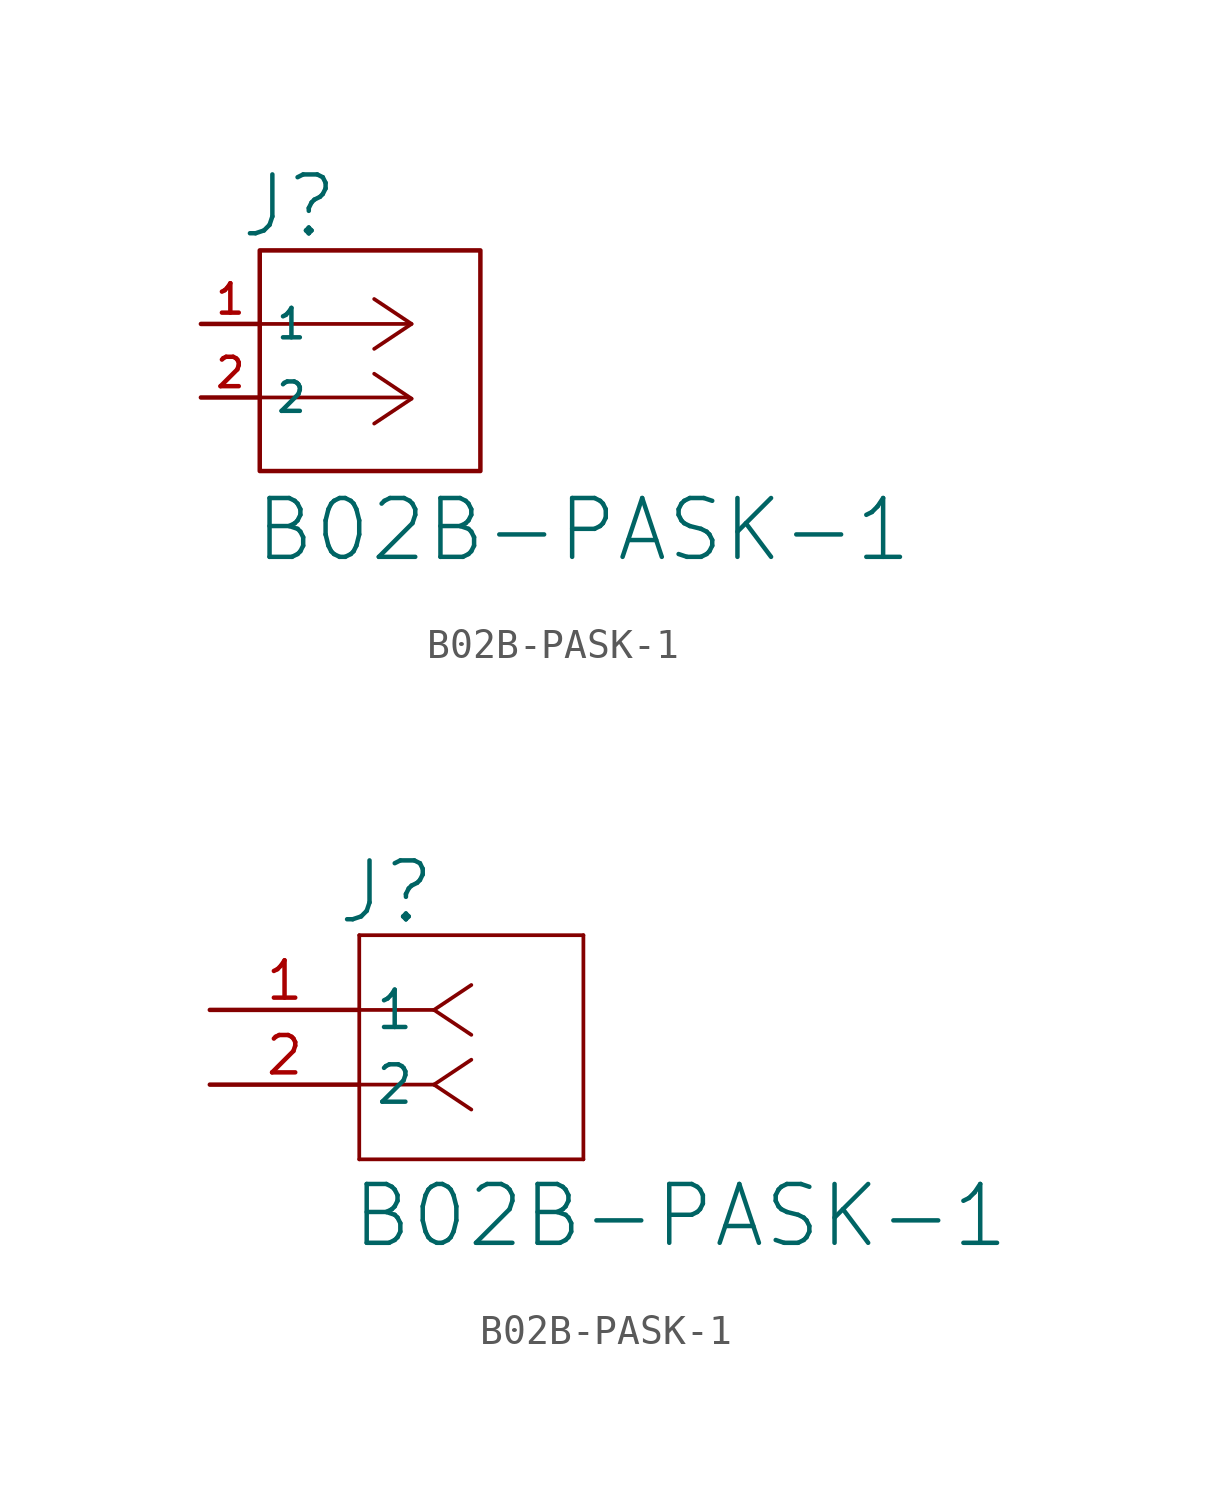
<source format=kicad_sym>
(kicad_symbol_lib
  (version 20220914)
  (generator kicad_symbol_editor)
  (symbol "B02B-PASK-1"
    (pin_names
      (offset 0.5))
    (property "Reference" "J"
      (at 3 4 0)
      (effects (font (size 2 2))))
    (property "Value" "B02B-PASK-1"
      (at 13 -7 0)
      (effects (font (size 2 2))))
    (symbol "B02B-PASK-1_1_1"
      (polyline (pts (xy 7 -2.5) (xy 2 -2.5)) (stroke (width 0.127) (type default)) (fill (type none)))
      (polyline (pts (xy 7 0) (xy 2.08 0)) (stroke (width 0.127) (type default)) (fill (type none)))
      (polyline (pts (xy 7.16 -2.54) (xy 5.89 -3.387)) (stroke (width 0.127) (type default)) (fill (type none)))
      (polyline (pts (xy 7.16 -2.54) (xy 5.89 -1.693)) (stroke (width 0.127) (type default)) (fill (type none)))
      (polyline (pts (xy 7.16 0) (xy 5.89 -0.847)) (stroke (width 0.127) (type default)) (fill (type none)))
      (polyline (pts (xy 7.16 0) (xy 5.89 0.847)) (stroke (width 0.127) (type default)) (fill (type none)))
      (rectangle (start 2 2.5) (end 9.5 -5) (stroke (width 0) (type default)) (fill (type none)))
      (pin unspecified line (at 0 0 0) (length 2) (name "1" (effects (font (size 1 1)))) (number "1" (effects (font (size 1 1)))))
      (pin unspecified line (at 0 -2.5 0) (length 2) (name "2" (effects (font (size 1 1)))) (number "2" (effects (font (size 1 1))))))
    (symbol "B02B-PASK-1_1_2"
      (polyline (pts (xy 2.08 -5.08) (xy 9.7 -5.08)) (stroke (width 0.127) (type default)) (fill (type none)))
      (polyline (pts (xy 2.08 2.54) (xy 2.08 -5.08)) (stroke (width 0.127) (type default)) (fill (type none)))
      (polyline (pts (xy 4.62 -2.54) (xy 2.08 -2.54)) (stroke (width 0.127) (type default)) (fill (type none)))
      (polyline (pts (xy 4.62 -2.54) (xy 5.89 -3.387)) (stroke (width 0.127) (type default)) (fill (type none)))
      (polyline (pts (xy 4.62 -2.54) (xy 5.89 -1.693)) (stroke (width 0.127) (type default)) (fill (type none)))
      (polyline (pts (xy 4.62 0) (xy 2.08 0)) (stroke (width 0.127) (type default)) (fill (type none)))
      (polyline (pts (xy 4.62 0) (xy 5.89 -0.847)) (stroke (width 0.127) (type default)) (fill (type none)))
      (polyline (pts (xy 4.62 0) (xy 5.89 0.847)) (stroke (width 0.127) (type default)) (fill (type none)))
      (polyline (pts (xy 9.7 -5.08) (xy 9.7 2.54)) (stroke (width 0.127) (type default)) (fill (type none)))
      (polyline (pts (xy 9.7 2.54) (xy 2.08 2.54)) (stroke (width 0.127) (type default)) (fill (type none)))
      (pin unspecified line (at -3 0 0) (length 5.08) (name "1" (effects (font (size 1.27 1.27)))) (number "1" (effects (font (size 1.27 1.27)))))
      (pin unspecified line (at -3 -2.54 0) (length 5.08) (name "2" (effects (font (size 1.27 1.27)))) (number "2" (effects (font (size 1.27 1.27))))))))
</source>
